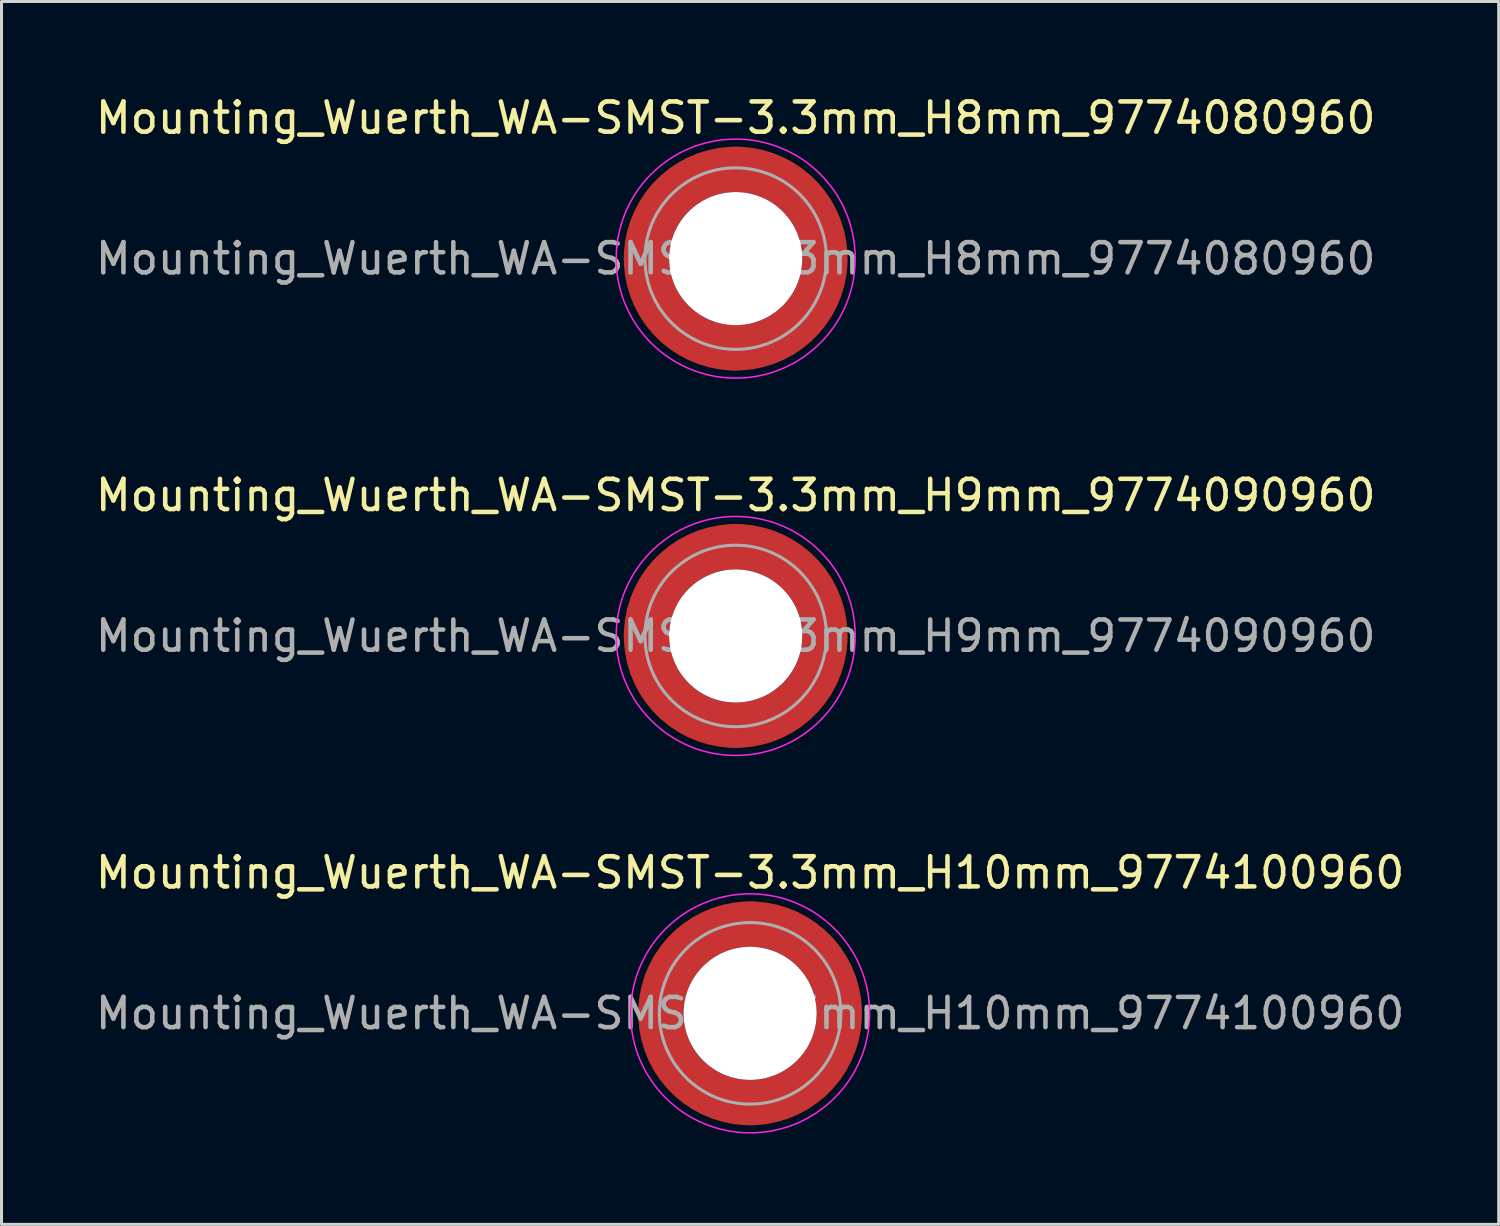
<source format=kicad_pcb>
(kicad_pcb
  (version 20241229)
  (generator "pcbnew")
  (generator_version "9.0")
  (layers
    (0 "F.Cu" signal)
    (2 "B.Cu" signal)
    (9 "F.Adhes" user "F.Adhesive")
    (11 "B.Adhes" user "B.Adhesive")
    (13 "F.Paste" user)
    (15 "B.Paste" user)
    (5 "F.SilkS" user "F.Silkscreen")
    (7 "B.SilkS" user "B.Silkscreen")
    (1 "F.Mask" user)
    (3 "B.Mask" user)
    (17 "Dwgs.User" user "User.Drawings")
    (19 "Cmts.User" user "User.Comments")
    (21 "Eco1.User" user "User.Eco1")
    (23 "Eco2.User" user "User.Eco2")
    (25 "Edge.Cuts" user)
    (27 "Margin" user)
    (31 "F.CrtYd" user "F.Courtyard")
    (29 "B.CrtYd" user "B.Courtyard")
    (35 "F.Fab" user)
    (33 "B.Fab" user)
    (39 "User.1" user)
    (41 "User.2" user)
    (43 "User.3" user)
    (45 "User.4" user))
  (footprint "Mounting_Wuerth_WA-SMST-3.3mm_H10mm_9774100960"
    (layer "F.Cu")
    (at 21.744 30.445)
    (property "Reference" "Mounting_Wuerth_WA-SMST-3.3mm_H10mm_9774100960" (at 0 -4.65 0) (layer "F.SilkS") (effects (font (size 1 1) (thickness 0.15))))
    (attr smd)
    (fp_circle (center 0 0) (end 3.95 0) (stroke (width 0.05) (type solid)) (fill no) (layer "F.CrtYd"))
    (fp_circle (center 0 0) (end 3 0) (stroke (width 0.1) (type solid)) (fill no) (layer "F.Fab"))
    (fp_text user "${REFERENCE}" (at 0 0 0) (layer "F.Fab") (effects (font (size 1 1) (thickness 0.15))))
    (pad "" smd custom (at -2.058 -2.058) (size 1.1 1.1) (layers "F.Paste") (options (anchor circle)) (primitives (gr_arc (start -0.377294 1.707681) (mid 0.318198 0.318198) (end 1.707681 -0.377294) (width 0.2)) (gr_arc (start -0.478281 1.707681) (mid 0.247487 0.247487) (end 1.707681 -0.478281) (width 0.2)) (gr_arc (start -0.579192 1.707681) (mid 0.176777 0.176777) (end 1.707681 -0.579192) (width 0.2)) (gr_arc (start -0.680037 1.707681) (mid 0.106066 0.106066) (end 1.707681 -0.680037) (width 0.2)) (gr_arc (start -0.780822 1.707681) (mid 0.035356 0.035356) (end 1.707681 -0.780822) (width 0.2)) (gr_arc (start -0.881554 1.707681) (mid -0.035355 -0.035355) (end 1.707681 -0.881554) (width 0.2)) (gr_arc (start -0.982237 1.707681) (mid -0.106066 -0.106066) (end 1.707681 -0.982237) (width 0.2)) (gr_arc (start -1.082877 1.707681) (mid -0.176777 -0.176777) (end 1.707681 -1.082877) (width 0.2)) (gr_arc (start -1.183476 1.707681) (mid -0.247487 -0.247487) (end 1.707681 -1.183476) (width 0.2)) (gr_arc (start -1.28404 1.707681) (mid -0.318198 -0.318198) (end 1.707681 -1.28404) (width 0.2)) (gr_line (start 1.708 -0.377) (end 1.708 -1.284) (width 0.2)) (gr_line (start -0.377 1.708) (end -1.284 1.708) (width 0.2))))
    (pad "" smd custom (at -2.058 2.058) (size 1.1 1.1) (layers "F.Paste") (options (anchor circle)) (primitives (gr_arc (start 1.707681 0.377294) (mid 0.318198 -0.318198) (end -0.377294 -1.707681) (width 0.2)) (gr_arc (start 1.707681 0.478281) (mid 0.247487 -0.247487) (end -0.478281 -1.707681) (width 0.2)) (gr_arc (start 1.707681 0.579192) (mid 0.176777 -0.176777) (end -0.579192 -1.707681) (width 0.2)) (gr_arc (start 1.707681 0.680037) (mid 0.106066 -0.106066) (end -0.680037 -1.707681) (width 0.2)) (gr_arc (start 1.707681 0.780822) (mid 0.035356 -0.035356) (end -0.780822 -1.707681) (width 0.2)) (gr_arc (start 1.707681 0.881554) (mid -0.035355 0.035355) (end -0.881554 -1.707681) (width 0.2)) (gr_arc (start 1.707681 0.982237) (mid -0.106066 0.106066) (end -0.982237 -1.707681) (width 0.2)) (gr_arc (start 1.707681 1.082877) (mid -0.176777 0.176777) (end -1.082877 -1.707681) (width 0.2)) (gr_arc (start 1.707681 1.183476) (mid -0.247487 0.247487) (end -1.183476 -1.707681) (width 0.2)) (gr_arc (start 1.707681 1.28404) (mid -0.318198 0.318198) (end -1.28404 -1.707681) (width 0.2)) (gr_line (start -0.377 -1.708) (end -1.284 -1.708) (width 0.2)) (gr_line (start 1.708 0.377) (end 1.708 1.284) (width 0.2))))
    (pad "" np_thru_hole circle (at 0 0) (size 4.4 4.4) (drill 4.4) (layers "*.Cu" "*.Mask"))
    (pad "" smd custom (at 2.058 -2.058) (size 1.1 1.1) (layers "F.Paste") (options (anchor circle)) (primitives (gr_arc (start -1.707681 -0.377294) (mid -0.318198 0.318198) (end 0.377294 1.707681) (width 0.2)) (gr_arc (start -1.707681 -0.478281) (mid -0.247487 0.247487) (end 0.478281 1.707681) (width 0.2)) (gr_arc (start -1.707681 -0.579192) (mid -0.176777 0.176777) (end 0.579192 1.707681) (width 0.2)) (gr_arc (start -1.707681 -0.680037) (mid -0.106066 0.106066) (end 0.680037 1.707681) (width 0.2)) (gr_arc (start -1.707681 -0.780822) (mid -0.035356 0.035356) (end 0.780822 1.707681) (width 0.2)) (gr_arc (start -1.707681 -0.881554) (mid 0.035355 -0.035355) (end 0.881554 1.707681) (width 0.2)) (gr_arc (start -1.707681 -0.982237) (mid 0.106066 -0.106066) (end 0.982237 1.707681) (width 0.2)) (gr_arc (start -1.707681 -1.082877) (mid 0.176777 -0.176777) (end 1.082877 1.707681) (width 0.2)) (gr_arc (start -1.707681 -1.183476) (mid 0.247487 -0.247487) (end 1.183476 1.707681) (width 0.2)) (gr_arc (start -1.707681 -1.28404) (mid 0.318198 -0.318198) (end 1.28404 1.707681) (width 0.2)) (gr_line (start 0.377 1.708) (end 1.284 1.708) (width 0.2)) (gr_line (start -1.708 -0.377) (end -1.708 -1.284) (width 0.2))))
    (pad "" smd custom (at 2.058 2.058) (size 1.1 1.1) (layers "F.Paste") (options (anchor circle)) (primitives (gr_arc (start 0.377294 -1.707681) (mid -0.318198 -0.318198) (end -1.707681 0.377294) (width 0.2)) (gr_arc (start 0.478281 -1.707681) (mid -0.247487 -0.247487) (end -1.707681 0.478281) (width 0.2)) (gr_arc (start 0.579192 -1.707681) (mid -0.176777 -0.176777) (end -1.707681 0.579192) (width 0.2)) (gr_arc (start 0.680037 -1.707681) (mid -0.106066 -0.106066) (end -1.707681 0.680037) (width 0.2)) (gr_arc (start 0.780822 -1.707681) (mid -0.035356 -0.035356) (end -1.707681 0.780822) (width 0.2)) (gr_arc (start 0.881554 -1.707681) (mid 0.035355 0.035355) (end -1.707681 0.881554) (width 0.2)) (gr_arc (start 0.982237 -1.707681) (mid 0.106066 0.106066) (end -1.707681 0.982237) (width 0.2)) (gr_arc (start 1.082877 -1.707681) (mid 0.176777 0.176777) (end -1.707681 1.082877) (width 0.2)) (gr_arc (start 1.183476 -1.707681) (mid 0.247487 0.247487) (end -1.707681 1.183476) (width 0.2)) (gr_arc (start 1.28404 -1.707681) (mid 0.318198 0.318198) (end -1.707681 1.28404) (width 0.2)) (gr_line (start -1.708 0.377) (end -1.708 1.284) (width 0.2)) (gr_line (start 0.377 -1.708) (end 1.284 -1.708) (width 0.2))))
    (pad "1" smd circle (at -2.95 0) (size 1.5 1.5) (layers "F.Cu"))
    (pad "1" smd circle (at 0 -2.95) (size 1.5 1.5) (layers "F.Cu"))
    (pad "1" smd circle (at 0 2.95) (size 1.5 1.5) (layers "F.Cu"))
    (pad "1" smd custom (at 2.95 0) (size 1.5 1.5) (layers "F.Cu" "F.Mask") (options (anchor circle)) (primitives (gr_circle (center -2.95 0) (end 0 0) (width 1.5) (fill no)))))
  (footprint "Mounting_Wuerth_WA-SMST-3.3mm_H8mm_9774080960"
    (layer "F.Cu")
    (at 21.268 5.498)
    (property "Reference" "Mounting_Wuerth_WA-SMST-3.3mm_H8mm_9774080960" (at 0 -4.65 0) (layer "F.SilkS") (effects (font (size 1 1) (thickness 0.15))))
    (attr smd)
    (fp_circle (center 0 0) (end 3.95 0) (stroke (width 0.05) (type solid)) (fill no) (layer "F.CrtYd"))
    (fp_circle (center 0 0) (end 3 0) (stroke (width 0.1) (type solid)) (fill no) (layer "F.Fab"))
    (fp_text user "${REFERENCE}" (at 0 0 0) (layer "F.Fab") (effects (font (size 1 1) (thickness 0.15))))
    (pad "" smd custom (at -2.058 -2.058) (size 1.1 1.1) (layers "F.Paste") (options (anchor circle)) (primitives (gr_arc (start -0.524489 1.532681) (mid 0.194454 0.194454) (end 1.532681 -0.524489) (width 0.55)) (gr_arc (start -0.804569 1.532681) (mid 0 0) (end 1.532681 -0.804569) (width 0.55)) (gr_arc (start -1.083752 1.532681) (mid -0.194454 -0.194454) (end 1.532681 -1.083752) (width 0.55)) (gr_line (start 1.533 -0.524) (end 1.533 -1.084) (width 0.55)) (gr_line (start -0.524 1.533) (end -1.084 1.533) (width 0.55))))
    (pad "" smd custom (at -2.058 2.058) (size 1.1 1.1) (layers "F.Paste") (options (anchor circle)) (primitives (gr_arc (start 1.532681 0.524489) (mid 0.194454 -0.194454) (end -0.524489 -1.532681) (width 0.55)) (gr_arc (start 1.532681 0.804569) (mid 0 0) (end -0.804569 -1.532681) (width 0.55)) (gr_arc (start 1.532681 1.083752) (mid -0.194454 0.194454) (end -1.083752 -1.532681) (width 0.55)) (gr_line (start -0.524 -1.533) (end -1.084 -1.533) (width 0.55)) (gr_line (start 1.533 0.524) (end 1.533 1.084) (width 0.55))))
    (pad "" np_thru_hole circle (at 0 0) (size 4.4 4.4) (drill 4.4) (layers "*.Cu" "*.Mask"))
    (pad "" smd custom (at 2.058 -2.058) (size 1.1 1.1) (layers "F.Paste") (options (anchor circle)) (primitives (gr_arc (start -1.532681 -0.524489) (mid -0.194454 0.194454) (end 0.524489 1.532681) (width 0.55)) (gr_arc (start -1.532681 -0.804569) (mid 0 0) (end 0.804569 1.532681) (width 0.55)) (gr_arc (start -1.532681 -1.083752) (mid 0.194454 -0.194454) (end 1.083752 1.532681) (width 0.55)) (gr_line (start 0.524 1.533) (end 1.084 1.533) (width 0.55)) (gr_line (start -1.533 -0.524) (end -1.533 -1.084) (width 0.55))))
    (pad "" smd custom (at 2.058 2.058) (size 1.1 1.1) (layers "F.Paste") (options (anchor circle)) (primitives (gr_arc (start 0.524489 -1.532681) (mid -0.194454 -0.194454) (end -1.532681 0.524489) (width 0.55)) (gr_arc (start 0.804569 -1.532681) (mid 0 0) (end -1.532681 0.804569) (width 0.55)) (gr_arc (start 1.083752 -1.532681) (mid 0.194454 0.194454) (end -1.532681 1.083752) (width 0.55)) (gr_line (start -1.533 0.524) (end -1.533 1.084) (width 0.55)) (gr_line (start 0.524 -1.533) (end 1.084 -1.533) (width 0.55))))
    (pad "1" smd circle (at -2.95 0) (size 1.5 1.5) (layers "F.Cu"))
    (pad "1" smd circle (at 0 -2.95) (size 1.5 1.5) (layers "F.Cu"))
    (pad "1" smd circle (at 0 2.95) (size 1.5 1.5) (layers "F.Cu"))
    (pad "1" smd custom (at 2.95 0) (size 1.5 1.5) (layers "F.Cu" "F.Mask") (options (anchor circle)) (primitives (gr_circle (center -2.95 0) (end 0 0) (width 1.5) (fill no)))))
  (footprint "Mounting_Wuerth_WA-SMST-3.3mm_H9mm_9774090960"
    (layer "F.Cu")
    (at 21.268 17.971)
    (property "Reference" "Mounting_Wuerth_WA-SMST-3.3mm_H9mm_9774090960" (at 0 -4.65 0) (layer "F.SilkS") (effects (font (size 1 1) (thickness 0.15))))
    (attr smd)
    (fp_circle (center 0 0) (end 3.95 0) (stroke (width 0.05) (type solid)) (fill no) (layer "F.CrtYd"))
    (fp_circle (center 0 0) (end 3 0) (stroke (width 0.1) (type solid)) (fill no) (layer "F.Fab"))
    (fp_text user "${REFERENCE}" (at 0 0 0) (layer "F.Fab") (effects (font (size 1 1) (thickness 0.15))))
    (pad "" smd custom (at -2.058 -2.058) (size 0.55 0.55) (layers "F.Paste") (options (anchor circle)) (primitives (gr_arc (start -0.377294 1.707681) (mid 0.318198 0.318198) (end 1.707681 -0.377294) (width 0.2)) (gr_arc (start -0.478281 1.707681) (mid 0.247487 0.247487) (end 1.707681 -0.478281) (width 0.2)) (gr_arc (start -0.579192 1.707681) (mid 0.176777 0.176777) (end 1.707681 -0.579192) (width 0.2)) (gr_arc (start -0.680037 1.707681) (mid 0.106066 0.106066) (end 1.707681 -0.680037) (width 0.2)) (gr_arc (start -0.780822 1.707681) (mid 0.035356 0.035356) (end 1.707681 -0.780822) (width 0.2)) (gr_arc (start -0.881554 1.707681) (mid -0.035355 -0.035355) (end 1.707681 -0.881554) (width 0.2)) (gr_arc (start -0.982237 1.707681) (mid -0.106066 -0.106066) (end 1.707681 -0.982237) (width 0.2)) (gr_arc (start -1.082877 1.707681) (mid -0.176777 -0.176777) (end 1.707681 -1.082877) (width 0.2)) (gr_arc (start -1.183476 1.707681) (mid -0.247487 -0.247487) (end 1.707681 -1.183476) (width 0.2)) (gr_arc (start -1.28404 1.707681) (mid -0.318198 -0.318198) (end 1.707681 -1.28404) (width 0.2)) (gr_line (start 1.708 -0.377) (end 1.708 -1.284) (width 0.2)) (gr_line (start -0.377 1.708) (end -1.284 1.708) (width 0.2))))
    (pad "" smd custom (at -2.058 2.058) (size 0.55 0.55) (layers "F.Paste") (options (anchor circle)) (primitives (gr_arc (start 1.707681 0.377294) (mid 0.318198 -0.318198) (end -0.377294 -1.707681) (width 0.2)) (gr_arc (start 1.707681 0.478281) (mid 0.247487 -0.247487) (end -0.478281 -1.707681) (width 0.2)) (gr_arc (start 1.707681 0.579192) (mid 0.176777 -0.176777) (end -0.579192 -1.707681) (width 0.2)) (gr_arc (start 1.707681 0.680037) (mid 0.106066 -0.106066) (end -0.680037 -1.707681) (width 0.2)) (gr_arc (start 1.707681 0.780822) (mid 0.035356 -0.035356) (end -0.780822 -1.707681) (width 0.2)) (gr_arc (start 1.707681 0.881554) (mid -0.035355 0.035355) (end -0.881554 -1.707681) (width 0.2)) (gr_arc (start 1.707681 0.982237) (mid -0.106066 0.106066) (end -0.982237 -1.707681) (width 0.2)) (gr_arc (start 1.707681 1.082877) (mid -0.176777 0.176777) (end -1.082877 -1.707681) (width 0.2)) (gr_arc (start 1.707681 1.183476) (mid -0.247487 0.247487) (end -1.183476 -1.707681) (width 0.2)) (gr_arc (start 1.707681 1.28404) (mid -0.318198 0.318198) (end -1.28404 -1.707681) (width 0.2)) (gr_line (start -0.377 -1.708) (end -1.284 -1.708) (width 0.2)) (gr_line (start 1.708 0.377) (end 1.708 1.284) (width 0.2))))
    (pad "" np_thru_hole circle (at 0 0) (size 4.4 4.4) (drill 4.4) (layers "*.Cu" "*.Mask"))
    (pad "" smd custom (at 2.058 -2.058) (size 0.55 0.55) (layers "F.Paste") (options (anchor circle)) (primitives (gr_arc (start -1.707681 -0.377294) (mid -0.318198 0.318198) (end 0.377294 1.707681) (width 0.2)) (gr_arc (start -1.707681 -0.478281) (mid -0.247487 0.247487) (end 0.478281 1.707681) (width 0.2)) (gr_arc (start -1.707681 -0.579192) (mid -0.176777 0.176777) (end 0.579192 1.707681) (width 0.2)) (gr_arc (start -1.707681 -0.680037) (mid -0.106066 0.106066) (end 0.680037 1.707681) (width 0.2)) (gr_arc (start -1.707681 -0.780822) (mid -0.035356 0.035356) (end 0.780822 1.707681) (width 0.2)) (gr_arc (start -1.707681 -0.881554) (mid 0.035355 -0.035355) (end 0.881554 1.707681) (width 0.2)) (gr_arc (start -1.707681 -0.982237) (mid 0.106066 -0.106066) (end 0.982237 1.707681) (width 0.2)) (gr_arc (start -1.707681 -1.082877) (mid 0.176777 -0.176777) (end 1.082877 1.707681) (width 0.2)) (gr_arc (start -1.707681 -1.183476) (mid 0.247487 -0.247487) (end 1.183476 1.707681) (width 0.2)) (gr_arc (start -1.707681 -1.28404) (mid 0.318198 -0.318198) (end 1.28404 1.707681) (width 0.2)) (gr_line (start 0.377 1.708) (end 1.284 1.708) (width 0.2)) (gr_line (start -1.708 -0.377) (end -1.708 -1.284) (width 0.2))))
    (pad "" smd custom (at 2.058 2.058) (size 0.55 0.55) (layers "F.Paste") (options (anchor circle)) (primitives (gr_arc (start 0.377294 -1.707681) (mid -0.318198 -0.318198) (end -1.707681 0.377294) (width 0.2)) (gr_arc (start 0.478281 -1.707681) (mid -0.247487 -0.247487) (end -1.707681 0.478281) (width 0.2)) (gr_arc (start 0.579192 -1.707681) (mid -0.176777 -0.176777) (end -1.707681 0.579192) (width 0.2)) (gr_arc (start 0.680037 -1.707681) (mid -0.106066 -0.106066) (end -1.707681 0.680037) (width 0.2)) (gr_arc (start 0.780822 -1.707681) (mid -0.035356 -0.035356) (end -1.707681 0.780822) (width 0.2)) (gr_arc (start 0.881554 -1.707681) (mid 0.035355 0.035355) (end -1.707681 0.881554) (width 0.2)) (gr_arc (start 0.982237 -1.707681) (mid 0.106066 0.106066) (end -1.707681 0.982237) (width 0.2)) (gr_arc (start 1.082877 -1.707681) (mid 0.176777 0.176777) (end -1.707681 1.082877) (width 0.2)) (gr_arc (start 1.183476 -1.707681) (mid 0.247487 0.247487) (end -1.707681 1.183476) (width 0.2)) (gr_arc (start 1.28404 -1.707681) (mid 0.318198 0.318198) (end -1.707681 1.28404) (width 0.2)) (gr_line (start -1.708 0.377) (end -1.708 1.284) (width 0.2)) (gr_line (start 0.377 -1.708) (end 1.284 -1.708) (width 0.2))))
    (pad "1" smd circle (at -2.95 0) (size 1.5 1.5) (layers "F.Cu"))
    (pad "1" smd circle (at 0 -2.95) (size 1.5 1.5) (layers "F.Cu"))
    (pad "1" smd circle (at 0 2.95) (size 1.5 1.5) (layers "F.Cu"))
    (pad "1" smd custom (at 2.95 0) (size 1.5 1.5) (layers "F.Cu" "F.Mask") (options (anchor circle)) (primitives (gr_circle (center -2.95 0) (end 0 0) (width 1.5) (fill no)))))
  (gr_rect
    (start -3 -3)
    (end 46.488 37.42)
    (stroke (width 0.1) (type default))
    (fill no)
    (layer "Edge.Cuts")))
</source>
